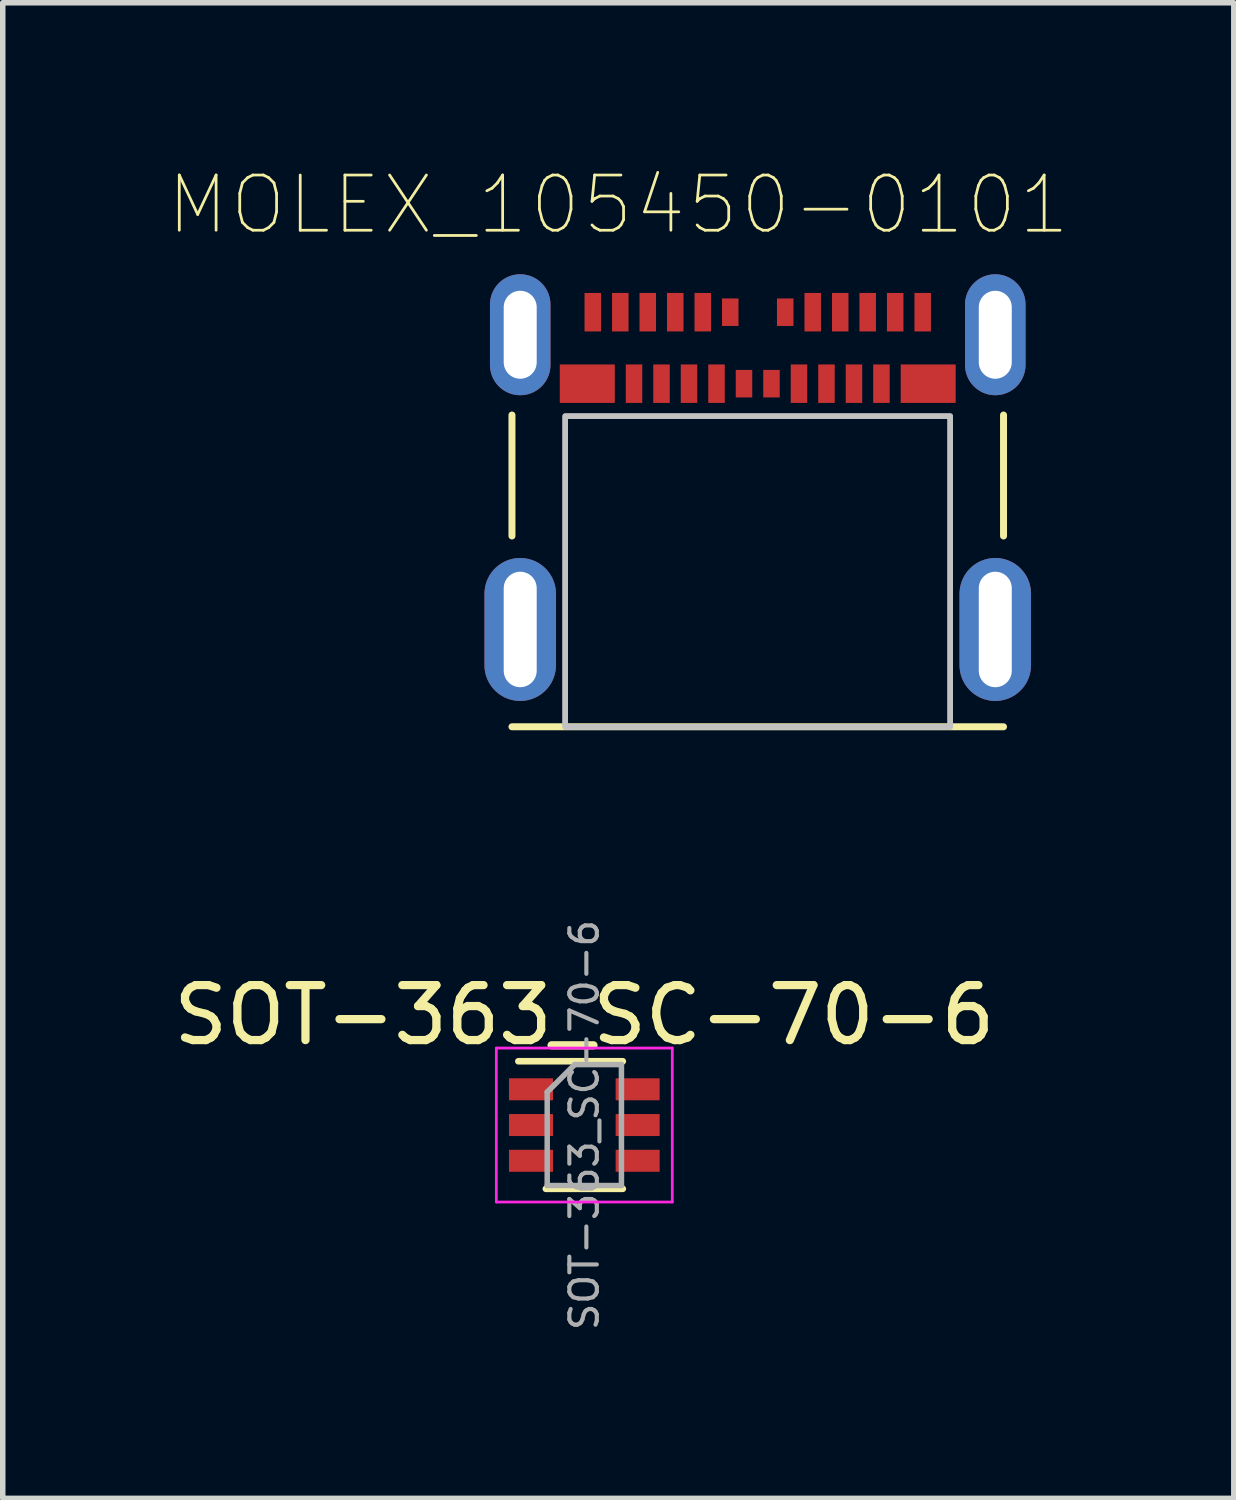
<source format=kicad_pcb>
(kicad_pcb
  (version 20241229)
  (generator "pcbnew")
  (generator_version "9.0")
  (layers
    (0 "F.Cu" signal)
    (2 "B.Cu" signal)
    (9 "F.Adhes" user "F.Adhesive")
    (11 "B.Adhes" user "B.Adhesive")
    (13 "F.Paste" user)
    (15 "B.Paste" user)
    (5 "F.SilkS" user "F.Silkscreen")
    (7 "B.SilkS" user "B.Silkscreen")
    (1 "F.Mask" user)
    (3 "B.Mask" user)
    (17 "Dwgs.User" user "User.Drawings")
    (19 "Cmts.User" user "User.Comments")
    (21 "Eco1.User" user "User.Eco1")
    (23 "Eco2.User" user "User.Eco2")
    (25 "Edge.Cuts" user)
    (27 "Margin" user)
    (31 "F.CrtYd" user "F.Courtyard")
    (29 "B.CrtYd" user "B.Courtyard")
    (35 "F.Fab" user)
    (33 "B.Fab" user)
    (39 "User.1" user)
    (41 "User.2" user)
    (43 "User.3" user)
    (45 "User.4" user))
  (footprint "SOT-363_SC-70-6"
    (layer "F.Cu")
    (at 7.577 17.411)
    (property "Reference" "SOT-363_SC-70-6" (at 0 -2 0) (layer "F.SilkS") (effects (font (size 1 1) (thickness 0.15))))
    (attr smd)
    (fp_line (start -0.7 1.16) (end 0.7 1.16) (stroke (width 0.12) (type solid)) (layer "F.SilkS"))
    (fp_line (start 0.7 -1.16) (end -1.2 -1.16) (stroke (width 0.12) (type solid)) (layer "F.SilkS"))
    (fp_line (start -1.6 -1.4) (end -1.6 1.4) (stroke (width 0.05) (type solid)) (layer "F.CrtYd"))
    (fp_line (start -1.6 -1.4) (end 1.6 -1.4) (stroke (width 0.05) (type solid)) (layer "F.CrtYd"))
    (fp_line (start -1.6 1.4) (end 1.6 1.4) (stroke (width 0.05) (type solid)) (layer "F.CrtYd"))
    (fp_line (start 1.6 1.4) (end 1.6 -1.4) (stroke (width 0.05) (type solid)) (layer "F.CrtYd"))
    (fp_line (start -0.675 -0.6) (end -0.675 1.1) (stroke (width 0.1) (type solid)) (layer "F.Fab"))
    (fp_line (start -0.175 -1.1) (end -0.675 -0.6) (stroke (width 0.1) (type solid)) (layer "F.Fab"))
    (fp_line (start 0.675 -1.1) (end -0.175 -1.1) (stroke (width 0.1) (type solid)) (layer "F.Fab"))
    (fp_line (start 0.675 -1.1) (end 0.675 1.1) (stroke (width 0.1) (type solid)) (layer "F.Fab"))
    (fp_line (start 0.675 1.1) (end -0.675 1.1) (stroke (width 0.1) (type solid)) (layer "F.Fab"))
    (fp_text user "${REFERENCE}" (at 0 0 90) (layer "F.Fab") (effects (font (size 0.5 0.5) (thickness 0.075))))
    (pad "1" smd rect (at -0.97 -0.65) (size 0.8 0.4) (layers "F.Cu" "F.Mask" "F.Paste"))
    (pad "2" smd rect (at -0.97 0) (size 0.8 0.4) (layers "F.Cu" "F.Mask" "F.Paste"))
    (pad "3" smd rect (at -0.97 0.65) (size 0.8 0.4) (layers "F.Cu" "F.Mask" "F.Paste"))
    (pad "4" smd rect (at 0.97 0.65) (size 0.8 0.4) (layers "F.Cu" "F.Mask" "F.Paste"))
    (pad "5" smd rect (at 0.97 0) (size 0.8 0.4) (layers "F.Cu" "F.Mask" "F.Paste"))
    (pad "6" smd rect (at 0.97 -0.65) (size 0.8 0.4) (layers "F.Cu" "F.Mask" "F.Paste")))
  (footprint "MOLEX_105450-0101"
    (layer "F.Cu")
    (at 10.731 6.398)
    (property "Reference" "MOLEX_105450-0101" (at -2.536 -5.723 0) (layer "F.SilkS") (effects (font (size 1.004 1.004) (thickness 0.05))))
    (attr smd)
    (fp_line (start -4.47 0.3) (end -4.47 -1.9) (stroke (width 0.127) (type solid)) (layer "F.SilkS"))
    (fp_line (start -4.47 3.77) (end 4.47 3.77) (stroke (width 0.127) (type solid)) (layer "F.SilkS"))
    (fp_line (start 4.47 0.3) (end 4.47 -1.9) (stroke (width 0.127) (type solid)) (layer "F.SilkS"))
    (fp_poly (pts (xy -3.502 -1.88) (xy 3.5 -1.88) (xy 3.5 3.773) (xy -3.502 3.773)) (stroke (width 0.1) (type solid)) (fill no) (layer "Dwgs.User"))
    (fp_poly (pts (xy -3.501 -1.88) (xy 3.5 -1.88) (xy 3.5 3.771) (xy -3.501 3.771)) (stroke (width 0.1) (type solid)) (fill no) (layer "Dwgs.User"))
    (fp_line (start -5.22 -4.71) (end 5.22 -4.71) (stroke (width 0.05) (type solid)) (layer "Eco1.User"))
    (fp_line (start -5.22 4.2) (end -5.22 -4.71) (stroke (width 0.05) (type solid)) (layer "Eco1.User"))
    (fp_line (start 5.22 -4.71) (end 5.22 4.2) (stroke (width 0.05) (type solid)) (layer "Eco1.User"))
    (fp_line (start 5.22 4.2) (end -5.22 4.2) (stroke (width 0.05) (type solid)) (layer "Eco1.User"))
    (fp_line (start -4.62 -2.86) (end -4.62 -3.86) (stroke (width 0.1) (type solid)) (layer "Eco2.User"))
    (fp_line (start -4.62 2.75) (end -4.62 1.25) (stroke (width 0.1) (type solid)) (layer "Eco2.User"))
    (fp_line (start -4.47 -3.95) (end -4.47 3.95) (stroke (width 0.127) (type solid)) (layer "Eco2.User"))
    (fp_line (start -4.47 3.95) (end 4.47 3.95) (stroke (width 0.127) (type solid)) (layer "Eco2.User"))
    (fp_line (start -4.02 -3.86) (end -4.02 -2.86) (stroke (width 0.1) (type solid)) (layer "Eco2.User"))
    (fp_line (start -4.02 1.25) (end -4.02 2.75) (stroke (width 0.1) (type solid)) (layer "Eco2.User"))
    (fp_line (start 4.02 -2.86) (end 4.02 -3.86) (stroke (width 0.1) (type solid)) (layer "Eco2.User"))
    (fp_line (start 4.02 2.75) (end 4.02 1.25) (stroke (width 0.1) (type solid)) (layer "Eco2.User"))
    (fp_line (start 4.47 -3.95) (end -4.47 -3.95) (stroke (width 0.127) (type solid)) (layer "Eco2.User"))
    (fp_line (start 4.47 3.95) (end 4.47 -3.95) (stroke (width 0.127) (type solid)) (layer "Eco2.User"))
    (fp_line (start 4.62 -3.86) (end 4.62 -2.86) (stroke (width 0.1) (type solid)) (layer "Eco2.User"))
    (fp_line (start 4.62 1.25) (end 4.62 2.75) (stroke (width 0.1) (type solid)) (layer "Eco2.User"))
    (fp_arc (start -4.62 -3.86) (mid -4.532132 -4.072132) (end -4.32 -4.16) (stroke (width 0.1) (type solid)) (layer "Eco2.User"))
    (fp_arc (start -4.62 1.25) (mid -4.532132 1.037868) (end -4.32 0.95) (stroke (width 0.1) (type solid)) (layer "Eco2.User"))
    (fp_arc (start -4.32 -4.16) (mid -4.107868 -4.072132) (end -4.02 -3.86) (stroke (width 0.1) (type solid)) (layer "Eco2.User"))
    (fp_arc (start -4.32 -2.56) (mid -4.532132 -2.647868) (end -4.62 -2.86) (stroke (width 0.1) (type solid)) (layer "Eco2.User"))
    (fp_arc (start -4.32 0.95) (mid -4.107868 1.037868) (end -4.02 1.25) (stroke (width 0.1) (type solid)) (layer "Eco2.User"))
    (fp_arc (start -4.32 3.05) (mid -4.532132 2.962132) (end -4.62 2.75) (stroke (width 0.1) (type solid)) (layer "Eco2.User"))
    (fp_arc (start -4.02 -2.86) (mid -4.107868 -2.647868) (end -4.32 -2.56) (stroke (width 0.1) (type solid)) (layer "Eco2.User"))
    (fp_arc (start -4.02 2.75) (mid -4.107868 2.962132) (end -4.32 3.05) (stroke (width 0.1) (type solid)) (layer "Eco2.User"))
    (fp_arc (start 4.02 -3.86) (mid 4.107868 -4.072132) (end 4.32 -4.16) (stroke (width 0.1) (type solid)) (layer "Eco2.User"))
    (fp_arc (start 4.02 1.25) (mid 4.107868 1.037868) (end 4.32 0.95) (stroke (width 0.1) (type solid)) (layer "Eco2.User"))
    (fp_arc (start 4.32 -4.16) (mid 4.532132 -4.072132) (end 4.62 -3.86) (stroke (width 0.1) (type solid)) (layer "Eco2.User"))
    (fp_arc (start 4.32 -2.56) (mid 4.107868 -2.647868) (end 4.02 -2.86) (stroke (width 0.1) (type solid)) (layer "Eco2.User"))
    (fp_arc (start 4.32 0.95) (mid 4.532132 1.037868) (end 4.62 1.25) (stroke (width 0.1) (type solid)) (layer "Eco2.User"))
    (fp_arc (start 4.32 3.05) (mid 4.107868 2.962132) (end 4.02 2.75) (stroke (width 0.1) (type solid)) (layer "Eco2.User"))
    (fp_arc (start 4.62 -2.86) (mid 4.532132 -2.647868) (end 4.32 -2.56) (stroke (width 0.1) (type solid)) (layer "Eco2.User"))
    (fp_arc (start 4.62 2.75) (mid 4.532132 2.962132) (end 4.32 3.05) (stroke (width 0.1) (type solid)) (layer "Eco2.User"))
    (pad "A1" smd rect (at -3 -3.77) (size 0.3 0.7) (layers "F.Cu" "F.Mask" "F.Paste"))
    (pad "A2" smd rect (at -2.5 -3.77) (size 0.3 0.7) (layers "F.Cu" "F.Mask" "F.Paste"))
    (pad "A3" smd rect (at -2 -3.77) (size 0.3 0.7) (layers "F.Cu" "F.Mask" "F.Paste"))
    (pad "A4" smd rect (at -1.5 -3.77) (size 0.3 0.7) (layers "F.Cu" "F.Mask" "F.Paste"))
    (pad "A5" smd rect (at -1 -3.77) (size 0.3 0.7) (layers "F.Cu" "F.Mask" "F.Paste"))
    (pad "A6" smd rect (at -0.5 -3.77) (size 0.3 0.5) (layers "F.Cu" "F.Mask" "F.Paste"))
    (pad "A7" smd rect (at 0.5 -3.77) (size 0.3 0.5) (layers "F.Cu" "F.Mask" "F.Paste"))
    (pad "A8" smd rect (at 1 -3.77) (size 0.3 0.7) (layers "F.Cu" "F.Mask" "F.Paste"))
    (pad "A9" smd rect (at 1.5 -3.77) (size 0.3 0.7) (layers "F.Cu" "F.Mask" "F.Paste"))
    (pad "A10" smd rect (at 2 -3.77) (size 0.3 0.7) (layers "F.Cu" "F.Mask" "F.Paste"))
    (pad "A11" smd rect (at 2.5 -3.77) (size 0.3 0.7) (layers "F.Cu" "F.Mask" "F.Paste"))
    (pad "A12" smd rect (at 3 -3.77) (size 0.3 0.7) (layers "F.Cu" "F.Mask" "F.Paste"))
    (pad "B1" smd rect (at 3.1 -2.47) (size 1 0.7) (layers "F.Cu" "F.Mask" "F.Paste"))
    (pad "B2" smd rect (at 2.25 -2.47) (size 0.3 0.7) (layers "F.Cu" "F.Mask" "F.Paste"))
    (pad "B3" smd rect (at 1.75 -2.47) (size 0.3 0.7) (layers "F.Cu" "F.Mask" "F.Paste"))
    (pad "B4" smd rect (at 1.25 -2.47) (size 0.3 0.7) (layers "F.Cu" "F.Mask" "F.Paste"))
    (pad "B5" smd rect (at 0.75 -2.47) (size 0.3 0.7) (layers "F.Cu" "F.Mask" "F.Paste"))
    (pad "B6" smd rect (at 0.25 -2.47) (size 0.3 0.5) (layers "F.Cu" "F.Mask" "F.Paste"))
    (pad "B7" smd rect (at -0.25 -2.47) (size 0.3 0.5) (layers "F.Cu" "F.Mask" "F.Paste"))
    (pad "B8" smd rect (at -0.75 -2.47) (size 0.3 0.7) (layers "F.Cu" "F.Mask" "F.Paste"))
    (pad "B9" smd rect (at -1.25 -2.47) (size 0.3 0.7) (layers "F.Cu" "F.Mask" "F.Paste"))
    (pad "B10" smd rect (at -1.75 -2.47) (size 0.3 0.7) (layers "F.Cu" "F.Mask" "F.Paste"))
    (pad "B11" smd rect (at -2.25 -2.47) (size 0.3 0.7) (layers "F.Cu" "F.Mask" "F.Paste"))
    (pad "B12" smd rect (at -3.1 -2.47) (size 1 0.7) (layers "F.Cu" "F.Mask" "F.Paste"))
    (pad "S1" thru_hole oval (at -4.32 -3.36 90) (size 2.2 1.1) (drill oval 1.6 0.6) (layers "*.Cu" "*.Mask"))
    (pad "S2" thru_hole oval (at 4.32 -3.36 90) (size 2.2 1.1) (drill oval 1.6 0.6) (layers "*.Cu" "*.Mask"))
    (pad "S3" thru_hole oval (at -4.32 2 90) (size 2.6 1.3) (drill oval 2.1 0.6) (layers "*.Cu" "*.Mask"))
    (pad "S4" thru_hole oval (at 4.32 2 90) (size 2.6 1.3) (drill oval 2.1 0.6) (layers "*.Cu" "*.Mask")))
  (gr_rect
    (start -3 -3)
    (end 19.389 24.2)
    (stroke (width 0.1) (type default))
    (fill no)
    (layer "Edge.Cuts")))
</source>
